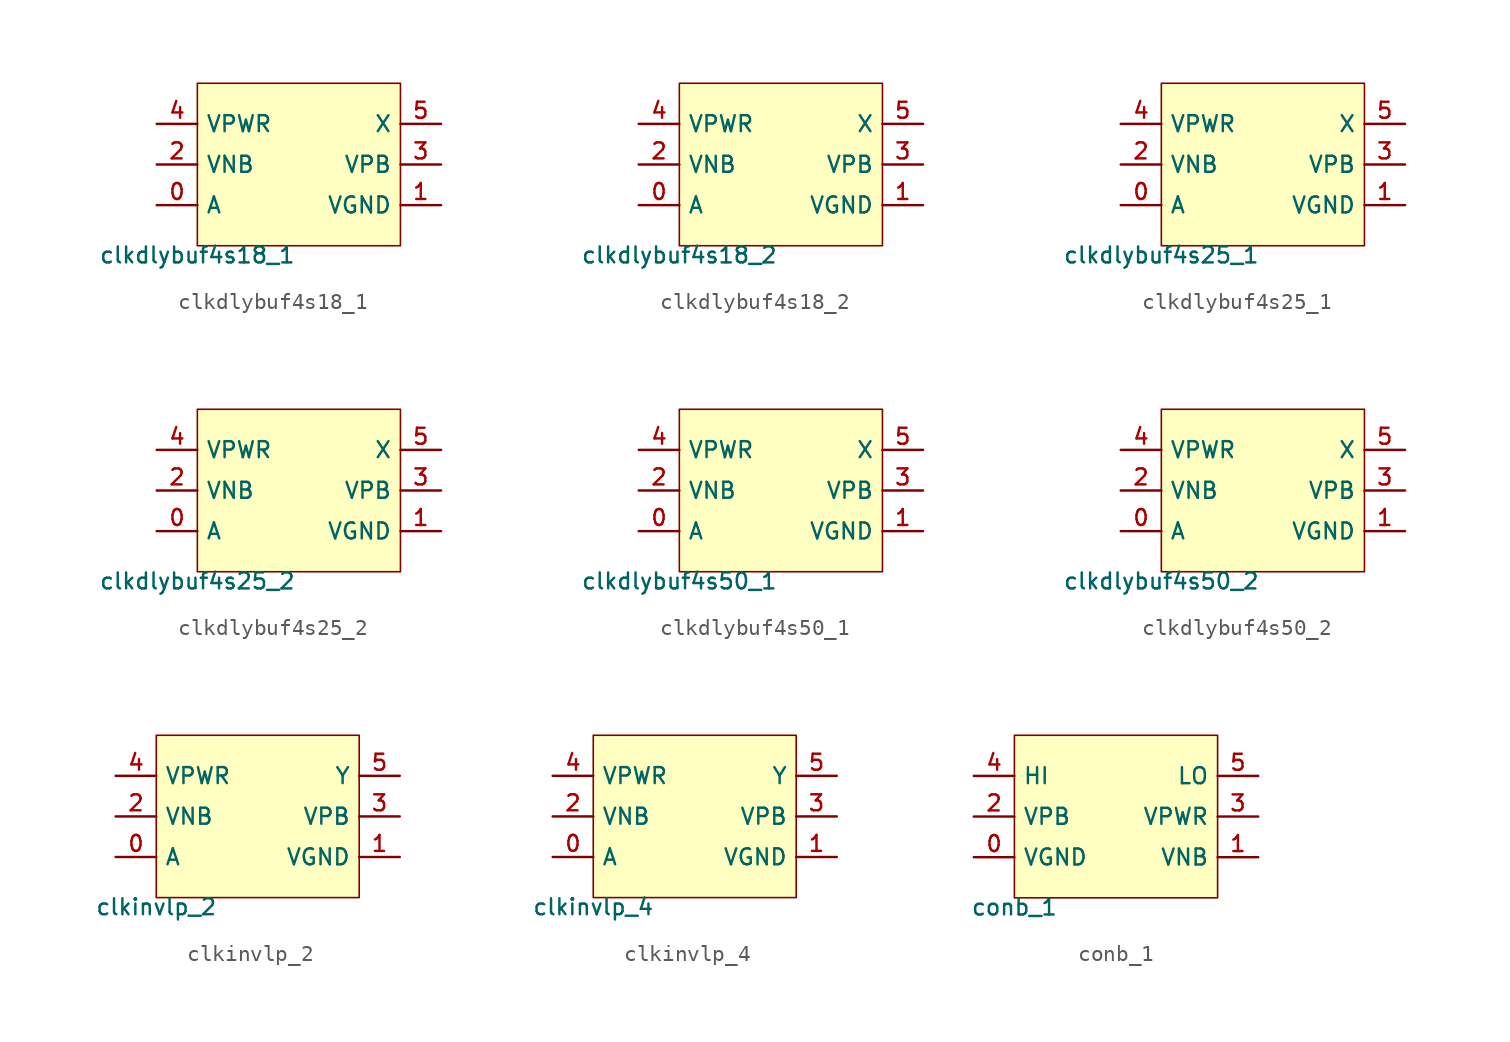
<source format=kicad_sym>
(kicad_symbol_lib
  (version 20211014)
  (generator pdk2kicad)
  (symbol "clkdlybuf4s18_1"
    (property "Reference" "X"
      (at 0 0 0)
      (effects (font (size 1 1)) hide))
    (property "Value" "clkdlybuf4s18_1"
      (at -6.35 -5.08 0)
      (effects (font (size 1 1)) (justify top)))
    (rectangle
      (start -6.35 -5.08)
      (end 6.35 5.08)
      (stroke (width 0.1) (type solid) (color 0 0 0 0))
      (fill (type background)))
    (pin bidirectional line
      (at -8.89 -2.54 0)
      (length 2.54)
      (name "A" (effects (font (size 1 1)) hide))
      (number "0" (effects (font (size 1 1)) hide)))
    (pin bidirectional line
      (at 8.89 -2.54 180)
      (length 2.54)
      (name "VGND" (effects (font (size 1 1)) hide))
      (number "1" (effects (font (size 1 1)) hide)))
    (pin bidirectional line
      (at -8.89 0.0 0)
      (length 2.54)
      (name "VNB" (effects (font (size 1 1)) hide))
      (number "2" (effects (font (size 1 1)) hide)))
    (pin bidirectional line
      (at 8.89 0.0 180)
      (length 2.54)
      (name "VPB" (effects (font (size 1 1)) hide))
      (number "3" (effects (font (size 1 1)) hide)))
    (pin bidirectional line
      (at -8.89 2.54 0)
      (length 2.54)
      (name "VPWR" (effects (font (size 1 1)) hide))
      (number "4" (effects (font (size 1 1)) hide)))
    (pin bidirectional line
      (at 8.89 2.54 180)
      (length 2.54)
      (name "X" (effects (font (size 1 1)) hide))
      (number "5" (effects (font (size 1 1)) hide))))
  (symbol "clkdlybuf4s18_2"
    (property "Reference" "X"
      (at 0 0 0)
      (effects (font (size 1 1)) hide))
    (property "Value" "clkdlybuf4s18_2"
      (at -6.35 -5.08 0)
      (effects (font (size 1 1)) (justify top)))
    (rectangle
      (start -6.35 -5.08)
      (end 6.35 5.08)
      (stroke (width 0.1) (type solid) (color 0 0 0 0))
      (fill (type background)))
    (pin bidirectional line
      (at -8.89 -2.54 0)
      (length 2.54)
      (name "A" (effects (font (size 1 1)) hide))
      (number "0" (effects (font (size 1 1)) hide)))
    (pin bidirectional line
      (at 8.89 -2.54 180)
      (length 2.54)
      (name "VGND" (effects (font (size 1 1)) hide))
      (number "1" (effects (font (size 1 1)) hide)))
    (pin bidirectional line
      (at -8.89 0.0 0)
      (length 2.54)
      (name "VNB" (effects (font (size 1 1)) hide))
      (number "2" (effects (font (size 1 1)) hide)))
    (pin bidirectional line
      (at 8.89 0.0 180)
      (length 2.54)
      (name "VPB" (effects (font (size 1 1)) hide))
      (number "3" (effects (font (size 1 1)) hide)))
    (pin bidirectional line
      (at -8.89 2.54 0)
      (length 2.54)
      (name "VPWR" (effects (font (size 1 1)) hide))
      (number "4" (effects (font (size 1 1)) hide)))
    (pin bidirectional line
      (at 8.89 2.54 180)
      (length 2.54)
      (name "X" (effects (font (size 1 1)) hide))
      (number "5" (effects (font (size 1 1)) hide))))
  (symbol "clkdlybuf4s25_1"
    (property "Reference" "X"
      (at 0 0 0)
      (effects (font (size 1 1)) hide))
    (property "Value" "clkdlybuf4s25_1"
      (at -6.35 -5.08 0)
      (effects (font (size 1 1)) (justify top)))
    (rectangle
      (start -6.35 -5.08)
      (end 6.35 5.08)
      (stroke (width 0.1) (type solid) (color 0 0 0 0))
      (fill (type background)))
    (pin bidirectional line
      (at -8.89 -2.54 0)
      (length 2.54)
      (name "A" (effects (font (size 1 1)) hide))
      (number "0" (effects (font (size 1 1)) hide)))
    (pin bidirectional line
      (at 8.89 -2.54 180)
      (length 2.54)
      (name "VGND" (effects (font (size 1 1)) hide))
      (number "1" (effects (font (size 1 1)) hide)))
    (pin bidirectional line
      (at -8.89 0.0 0)
      (length 2.54)
      (name "VNB" (effects (font (size 1 1)) hide))
      (number "2" (effects (font (size 1 1)) hide)))
    (pin bidirectional line
      (at 8.89 0.0 180)
      (length 2.54)
      (name "VPB" (effects (font (size 1 1)) hide))
      (number "3" (effects (font (size 1 1)) hide)))
    (pin bidirectional line
      (at -8.89 2.54 0)
      (length 2.54)
      (name "VPWR" (effects (font (size 1 1)) hide))
      (number "4" (effects (font (size 1 1)) hide)))
    (pin bidirectional line
      (at 8.89 2.54 180)
      (length 2.54)
      (name "X" (effects (font (size 1 1)) hide))
      (number "5" (effects (font (size 1 1)) hide))))
  (symbol "clkdlybuf4s25_2"
    (property "Reference" "X"
      (at 0 0 0)
      (effects (font (size 1 1)) hide))
    (property "Value" "clkdlybuf4s25_2"
      (at -6.35 -5.08 0)
      (effects (font (size 1 1)) (justify top)))
    (rectangle
      (start -6.35 -5.08)
      (end 6.35 5.08)
      (stroke (width 0.1) (type solid) (color 0 0 0 0))
      (fill (type background)))
    (pin bidirectional line
      (at -8.89 -2.54 0)
      (length 2.54)
      (name "A" (effects (font (size 1 1)) hide))
      (number "0" (effects (font (size 1 1)) hide)))
    (pin bidirectional line
      (at 8.89 -2.54 180)
      (length 2.54)
      (name "VGND" (effects (font (size 1 1)) hide))
      (number "1" (effects (font (size 1 1)) hide)))
    (pin bidirectional line
      (at -8.89 0.0 0)
      (length 2.54)
      (name "VNB" (effects (font (size 1 1)) hide))
      (number "2" (effects (font (size 1 1)) hide)))
    (pin bidirectional line
      (at 8.89 0.0 180)
      (length 2.54)
      (name "VPB" (effects (font (size 1 1)) hide))
      (number "3" (effects (font (size 1 1)) hide)))
    (pin bidirectional line
      (at -8.89 2.54 0)
      (length 2.54)
      (name "VPWR" (effects (font (size 1 1)) hide))
      (number "4" (effects (font (size 1 1)) hide)))
    (pin bidirectional line
      (at 8.89 2.54 180)
      (length 2.54)
      (name "X" (effects (font (size 1 1)) hide))
      (number "5" (effects (font (size 1 1)) hide))))
  (symbol "clkdlybuf4s50_1"
    (property "Reference" "X"
      (at 0 0 0)
      (effects (font (size 1 1)) hide))
    (property "Value" "clkdlybuf4s50_1"
      (at -6.35 -5.08 0)
      (effects (font (size 1 1)) (justify top)))
    (rectangle
      (start -6.35 -5.08)
      (end 6.35 5.08)
      (stroke (width 0.1) (type solid) (color 0 0 0 0))
      (fill (type background)))
    (pin bidirectional line
      (at -8.89 -2.54 0)
      (length 2.54)
      (name "A" (effects (font (size 1 1)) hide))
      (number "0" (effects (font (size 1 1)) hide)))
    (pin bidirectional line
      (at 8.89 -2.54 180)
      (length 2.54)
      (name "VGND" (effects (font (size 1 1)) hide))
      (number "1" (effects (font (size 1 1)) hide)))
    (pin bidirectional line
      (at -8.89 0.0 0)
      (length 2.54)
      (name "VNB" (effects (font (size 1 1)) hide))
      (number "2" (effects (font (size 1 1)) hide)))
    (pin bidirectional line
      (at 8.89 0.0 180)
      (length 2.54)
      (name "VPB" (effects (font (size 1 1)) hide))
      (number "3" (effects (font (size 1 1)) hide)))
    (pin bidirectional line
      (at -8.89 2.54 0)
      (length 2.54)
      (name "VPWR" (effects (font (size 1 1)) hide))
      (number "4" (effects (font (size 1 1)) hide)))
    (pin bidirectional line
      (at 8.89 2.54 180)
      (length 2.54)
      (name "X" (effects (font (size 1 1)) hide))
      (number "5" (effects (font (size 1 1)) hide))))
  (symbol "clkdlybuf4s50_2"
    (property "Reference" "X"
      (at 0 0 0)
      (effects (font (size 1 1)) hide))
    (property "Value" "clkdlybuf4s50_2"
      (at -6.35 -5.08 0)
      (effects (font (size 1 1)) (justify top)))
    (rectangle
      (start -6.35 -5.08)
      (end 6.35 5.08)
      (stroke (width 0.1) (type solid) (color 0 0 0 0))
      (fill (type background)))
    (pin bidirectional line
      (at -8.89 -2.54 0)
      (length 2.54)
      (name "A" (effects (font (size 1 1)) hide))
      (number "0" (effects (font (size 1 1)) hide)))
    (pin bidirectional line
      (at 8.89 -2.54 180)
      (length 2.54)
      (name "VGND" (effects (font (size 1 1)) hide))
      (number "1" (effects (font (size 1 1)) hide)))
    (pin bidirectional line
      (at -8.89 0.0 0)
      (length 2.54)
      (name "VNB" (effects (font (size 1 1)) hide))
      (number "2" (effects (font (size 1 1)) hide)))
    (pin bidirectional line
      (at 8.89 0.0 180)
      (length 2.54)
      (name "VPB" (effects (font (size 1 1)) hide))
      (number "3" (effects (font (size 1 1)) hide)))
    (pin bidirectional line
      (at -8.89 2.54 0)
      (length 2.54)
      (name "VPWR" (effects (font (size 1 1)) hide))
      (number "4" (effects (font (size 1 1)) hide)))
    (pin bidirectional line
      (at 8.89 2.54 180)
      (length 2.54)
      (name "X" (effects (font (size 1 1)) hide))
      (number "5" (effects (font (size 1 1)) hide))))
  (symbol "clkinvlp_2"
    (property "Reference" "X"
      (at 0 0 0)
      (effects (font (size 1 1)) hide))
    (property "Value" "clkinvlp_2"
      (at -6.35 -5.08 0)
      (effects (font (size 1 1)) (justify top)))
    (rectangle
      (start -6.35 -5.08)
      (end 6.35 5.08)
      (stroke (width 0.1) (type solid) (color 0 0 0 0))
      (fill (type background)))
    (pin bidirectional line
      (at -8.89 -2.54 0)
      (length 2.54)
      (name "A" (effects (font (size 1 1)) hide))
      (number "0" (effects (font (size 1 1)) hide)))
    (pin bidirectional line
      (at 8.89 -2.54 180)
      (length 2.54)
      (name "VGND" (effects (font (size 1 1)) hide))
      (number "1" (effects (font (size 1 1)) hide)))
    (pin bidirectional line
      (at -8.89 0.0 0)
      (length 2.54)
      (name "VNB" (effects (font (size 1 1)) hide))
      (number "2" (effects (font (size 1 1)) hide)))
    (pin bidirectional line
      (at 8.89 0.0 180)
      (length 2.54)
      (name "VPB" (effects (font (size 1 1)) hide))
      (number "3" (effects (font (size 1 1)) hide)))
    (pin bidirectional line
      (at -8.89 2.54 0)
      (length 2.54)
      (name "VPWR" (effects (font (size 1 1)) hide))
      (number "4" (effects (font (size 1 1)) hide)))
    (pin bidirectional line
      (at 8.89 2.54 180)
      (length 2.54)
      (name "Y" (effects (font (size 1 1)) hide))
      (number "5" (effects (font (size 1 1)) hide))))
  (symbol "clkinvlp_4"
    (property "Reference" "X"
      (at 0 0 0)
      (effects (font (size 1 1)) hide))
    (property "Value" "clkinvlp_4"
      (at -6.35 -5.08 0)
      (effects (font (size 1 1)) (justify top)))
    (rectangle
      (start -6.35 -5.08)
      (end 6.35 5.08)
      (stroke (width 0.1) (type solid) (color 0 0 0 0))
      (fill (type background)))
    (pin bidirectional line
      (at -8.89 -2.54 0)
      (length 2.54)
      (name "A" (effects (font (size 1 1)) hide))
      (number "0" (effects (font (size 1 1)) hide)))
    (pin bidirectional line
      (at 8.89 -2.54 180)
      (length 2.54)
      (name "VGND" (effects (font (size 1 1)) hide))
      (number "1" (effects (font (size 1 1)) hide)))
    (pin bidirectional line
      (at -8.89 0.0 0)
      (length 2.54)
      (name "VNB" (effects (font (size 1 1)) hide))
      (number "2" (effects (font (size 1 1)) hide)))
    (pin bidirectional line
      (at 8.89 0.0 180)
      (length 2.54)
      (name "VPB" (effects (font (size 1 1)) hide))
      (number "3" (effects (font (size 1 1)) hide)))
    (pin bidirectional line
      (at -8.89 2.54 0)
      (length 2.54)
      (name "VPWR" (effects (font (size 1 1)) hide))
      (number "4" (effects (font (size 1 1)) hide)))
    (pin bidirectional line
      (at 8.89 2.54 180)
      (length 2.54)
      (name "Y" (effects (font (size 1 1)) hide))
      (number "5" (effects (font (size 1 1)) hide))))
  (symbol "conb_1"
    (property "Reference" "X"
      (at 0 0 0)
      (effects (font (size 1 1)) hide))
    (property "Value" "conb_1"
      (at -6.35 -5.08 0)
      (effects (font (size 1 1)) (justify top)))
    (rectangle
      (start -6.35 -5.08)
      (end 6.35 5.08)
      (stroke (width 0.1) (type solid) (color 0 0 0 0))
      (fill (type background)))
    (pin bidirectional line
      (at -8.89 -2.54 0)
      (length 2.54)
      (name "VGND" (effects (font (size 1 1)) hide))
      (number "0" (effects (font (size 1 1)) hide)))
    (pin bidirectional line
      (at 8.89 -2.54 180)
      (length 2.54)
      (name "VNB" (effects (font (size 1 1)) hide))
      (number "1" (effects (font (size 1 1)) hide)))
    (pin bidirectional line
      (at -8.89 0.0 0)
      (length 2.54)
      (name "VPB" (effects (font (size 1 1)) hide))
      (number "2" (effects (font (size 1 1)) hide)))
    (pin bidirectional line
      (at 8.89 0.0 180)
      (length 2.54)
      (name "VPWR" (effects (font (size 1 1)) hide))
      (number "3" (effects (font (size 1 1)) hide)))
    (pin bidirectional line
      (at -8.89 2.54 0)
      (length 2.54)
      (name "HI" (effects (font (size 1 1)) hide))
      (number "4" (effects (font (size 1 1)) hide)))
    (pin bidirectional line
      (at 8.89 2.54 180)
      (length 2.54)
      (name "LO" (effects (font (size 1 1)) hide))
      (number "5" (effects (font (size 1 1)) hide)))))
</source>
